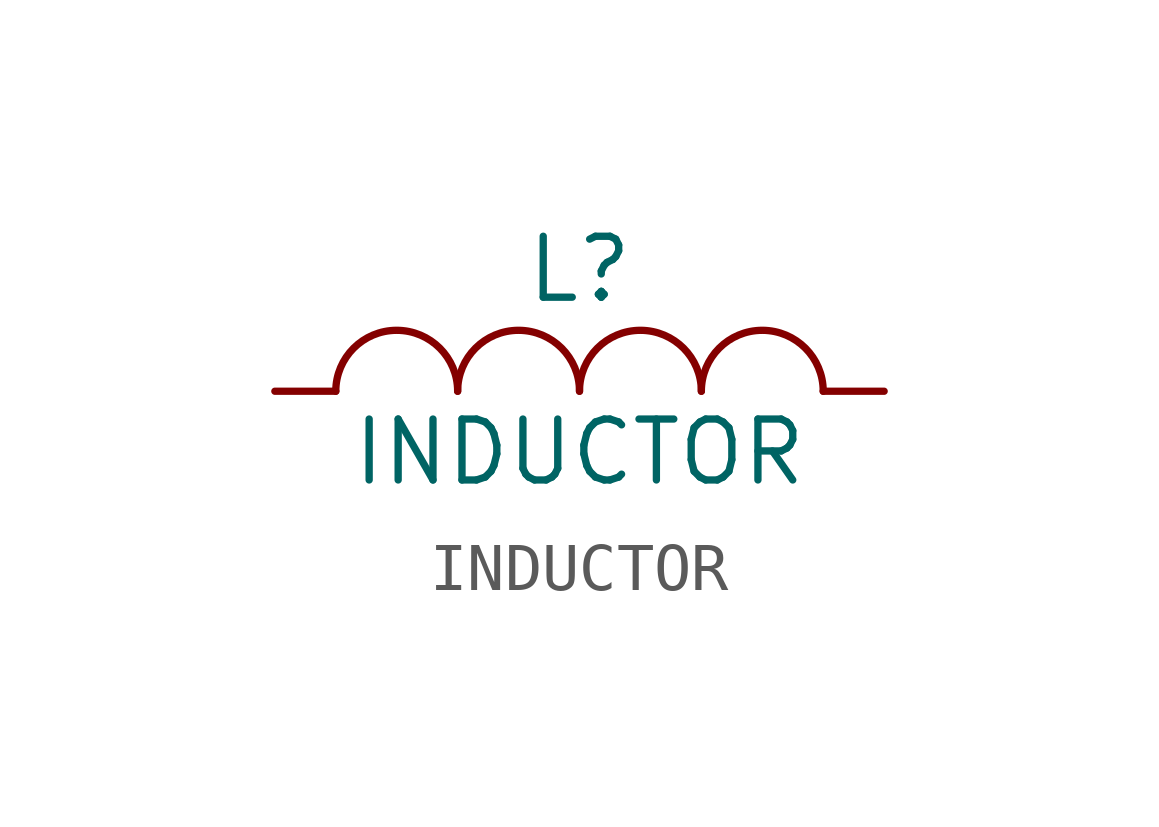
<source format=kicad_sym>
(kicad_symbol_lib
  (version 20211014)
  (generator kicad_symbol_editor)
  (symbol "INDUCTOR"
    (pin_numbers hide)
    (pin_names
      (offset 0) hide)
    (property "Reference" "L"
      (at 0 2.54 0)
      (effects (font (size 1.27 1.27))))
    (property "Value" "INDUCTOR"
      (at 0 -1.27 0)
      (effects (font (size 1.27 1.27))))
    (symbol "INDUCTOR_0_1"
      (arc (start -2.54 0) (mid -3.81 1.27) (end -5.08 0) (stroke (width 0) (type default) (color 0 0 0 0)) (fill (type none)))
      (arc (start 0 0) (mid -1.27 1.27) (end -2.54 0) (stroke (width 0) (type default) (color 0 0 0 0)) (fill (type none)))
      (arc (start 2.54 0) (mid 1.27 1.27) (end 0 0) (stroke (width 0) (type default) (color 0 0 0 0)) (fill (type none)))
      (arc (start 5.08 0) (mid 3.81 1.27) (end 2.54 0) (stroke (width 0) (type default) (color 0 0 0 0)) (fill (type none))))
    (symbol "INDUCTOR_1_1"
      (pin passive line (at -6.35 0 0) (length 1.27) (name "1" (effects (font (size 0.762 0.762)))) (number "1" (effects (font (size 0.762 0.762)))))
      (pin passive line (at 6.35 0 180) (length 1.27) (name "2" (effects (font (size 0.762 0.762)))) (number "2" (effects (font (size 0.762 0.762))))))))
</source>
